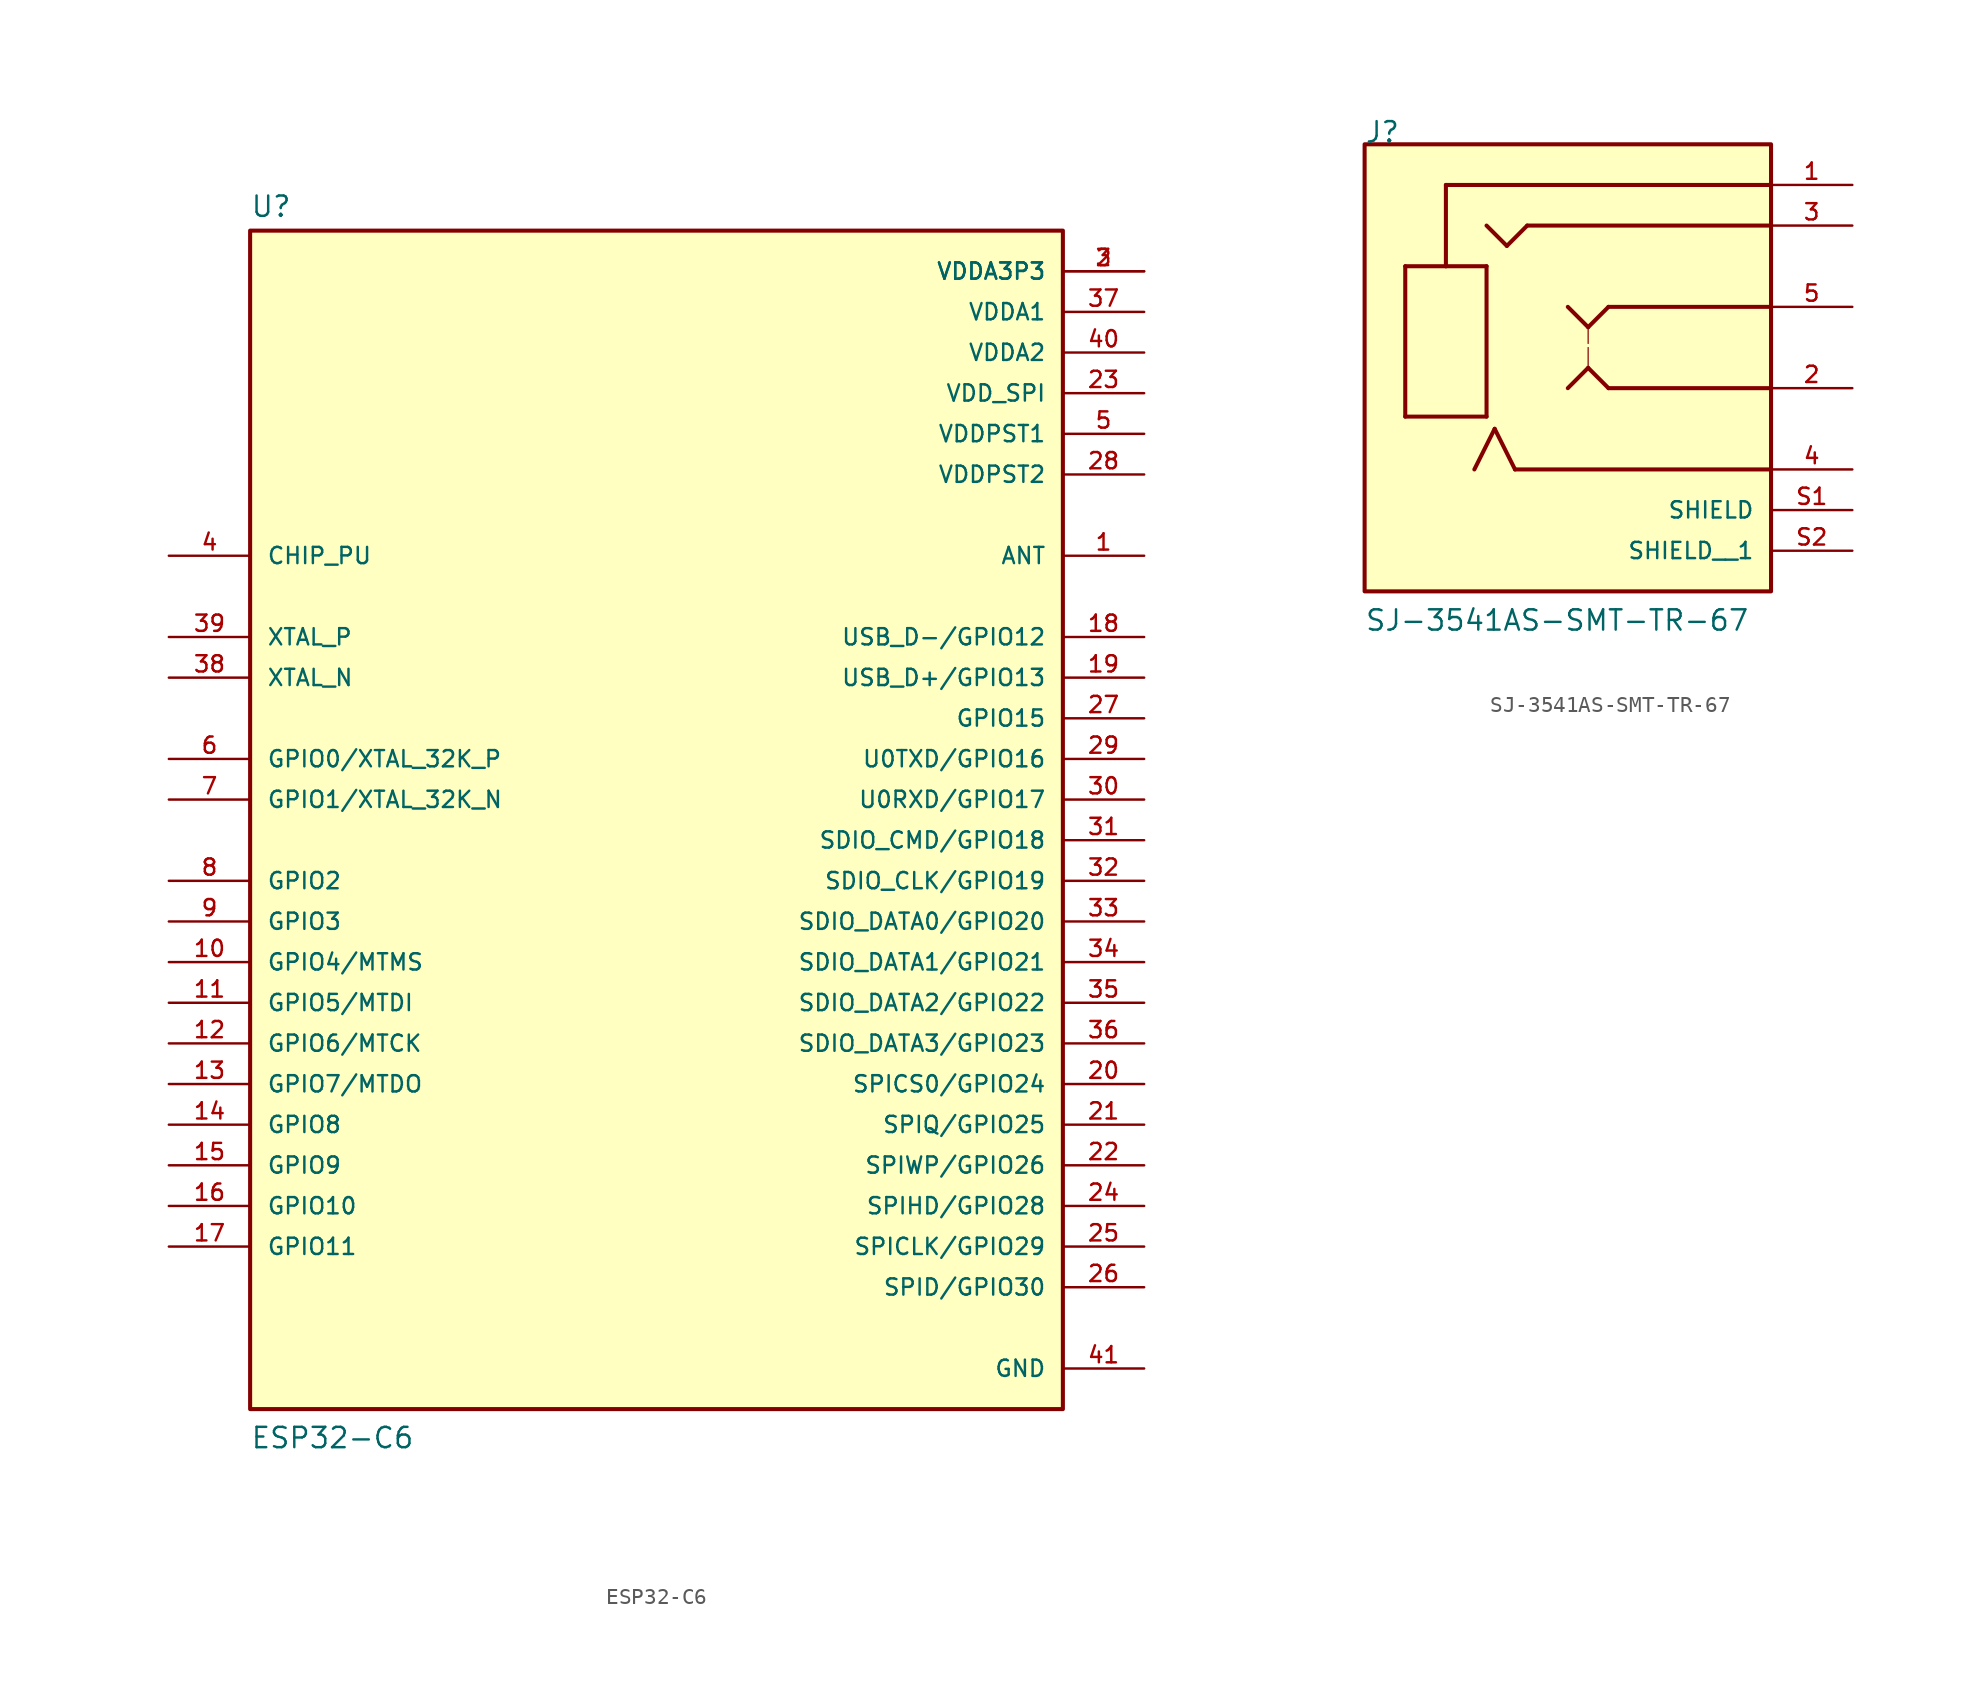
<source format=kicad_sym>
(kicad_symbol_lib
  (version 20231120)
  (generator "kicad_symbol_editor")
  (generator_version "8.0")
  (symbol "ESP32-C6"
    (pin_names
      (offset 1.016))
    (property "Reference" "U"
      (at -25.4 36.322 0)
      (effects (font (size 1.27 1.27)) (justify left bottom)))
    (property "Value" "ESP32-C6"
      (at -25.4 -40.64 0)
      (effects (font (size 1.27 1.27)) (justify left bottom)))
    (symbol "ESP32-C6_0_0"
      (rectangle (start -25.4 -38.1) (end 25.4 35.56) (stroke (width 0.254) (type default)) (fill (type background)))
      (pin bidirectional line (at 30.48 15.24 180) (length 5.08) (name "ANT" (effects (font (size 1.016 1.016)))) (number "1" (effects (font (size 1.016 1.016)))))
      (pin bidirectional line (at -30.48 -10.16 0) (length 5.08) (name "GPIO4/MTMS" (effects (font (size 1.016 1.016)))) (number "10" (effects (font (size 1.016 1.016)))))
      (pin bidirectional line (at -30.48 -12.7 0) (length 5.08) (name "GPIO5/MTDI" (effects (font (size 1.016 1.016)))) (number "11" (effects (font (size 1.016 1.016)))))
      (pin bidirectional line (at -30.48 -15.24 0) (length 5.08) (name "GPIO6/MTCK" (effects (font (size 1.016 1.016)))) (number "12" (effects (font (size 1.016 1.016)))))
      (pin bidirectional line (at -30.48 -17.78 0) (length 5.08) (name "GPIO7/MTDO" (effects (font (size 1.016 1.016)))) (number "13" (effects (font (size 1.016 1.016)))))
      (pin bidirectional line (at -30.48 -20.32 0) (length 5.08) (name "GPIO8" (effects (font (size 1.016 1.016)))) (number "14" (effects (font (size 1.016 1.016)))))
      (pin bidirectional line (at -30.48 -22.86 0) (length 5.08) (name "GPIO9" (effects (font (size 1.016 1.016)))) (number "15" (effects (font (size 1.016 1.016)))))
      (pin bidirectional line (at -30.48 -25.4 0) (length 5.08) (name "GPIO10" (effects (font (size 1.016 1.016)))) (number "16" (effects (font (size 1.016 1.016)))))
      (pin bidirectional line (at -30.48 -27.94 0) (length 5.08) (name "GPIO11" (effects (font (size 1.016 1.016)))) (number "17" (effects (font (size 1.016 1.016)))))
      (pin bidirectional line (at 30.48 10.16 180) (length 5.08) (name "USB_D-/GPIO12" (effects (font (size 1.016 1.016)))) (number "18" (effects (font (size 1.016 1.016)))))
      (pin bidirectional line (at 30.48 7.62 180) (length 5.08) (name "USB_D+/GPIO13" (effects (font (size 1.016 1.016)))) (number "19" (effects (font (size 1.016 1.016)))))
      (pin power_in line (at 30.48 33.02 180) (length 5.08) (name "VDDA3P3" (effects (font (size 1.016 1.016)))) (number "2" (effects (font (size 1.016 1.016)))))
      (pin bidirectional line (at 30.48 -17.78 180) (length 5.08) (name "SPICS0/GPIO24" (effects (font (size 1.016 1.016)))) (number "20" (effects (font (size 1.016 1.016)))))
      (pin bidirectional line (at 30.48 -20.32 180) (length 5.08) (name "SPIQ/GPIO25" (effects (font (size 1.016 1.016)))) (number "21" (effects (font (size 1.016 1.016)))))
      (pin bidirectional line (at 30.48 -22.86 180) (length 5.08) (name "SPIWP/GPIO26" (effects (font (size 1.016 1.016)))) (number "22" (effects (font (size 1.016 1.016)))))
      (pin power_in line (at 30.48 25.4 180) (length 5.08) (name "VDD_SPI" (effects (font (size 1.016 1.016)))) (number "23" (effects (font (size 1.016 1.016)))))
      (pin bidirectional line (at 30.48 -25.4 180) (length 5.08) (name "SPIHD/GPIO28" (effects (font (size 1.016 1.016)))) (number "24" (effects (font (size 1.016 1.016)))))
      (pin bidirectional line (at 30.48 -27.94 180) (length 5.08) (name "SPICLK/GPIO29" (effects (font (size 1.016 1.016)))) (number "25" (effects (font (size 1.016 1.016)))))
      (pin bidirectional line (at 30.48 -30.48 180) (length 5.08) (name "SPID/GPIO30" (effects (font (size 1.016 1.016)))) (number "26" (effects (font (size 1.016 1.016)))))
      (pin bidirectional line (at 30.48 5.08 180) (length 5.08) (name "GPIO15" (effects (font (size 1.016 1.016)))) (number "27" (effects (font (size 1.016 1.016)))))
      (pin power_in line (at 30.48 20.32 180) (length 5.08) (name "VDDPST2" (effects (font (size 1.016 1.016)))) (number "28" (effects (font (size 1.016 1.016)))))
      (pin bidirectional line (at 30.48 2.54 180) (length 5.08) (name "U0TXD/GPIO16" (effects (font (size 1.016 1.016)))) (number "29" (effects (font (size 1.016 1.016)))))
      (pin power_in line (at 30.48 33.02 180) (length 5.08) (name "VDDA3P3" (effects (font (size 1.016 1.016)))) (number "3" (effects (font (size 1.016 1.016)))))
      (pin bidirectional line (at 30.48 0 180) (length 5.08) (name "U0RXD/GPIO17" (effects (font (size 1.016 1.016)))) (number "30" (effects (font (size 1.016 1.016)))))
      (pin bidirectional line (at 30.48 -2.54 180) (length 5.08) (name "SDIO_CMD/GPIO18" (effects (font (size 1.016 1.016)))) (number "31" (effects (font (size 1.016 1.016)))))
      (pin bidirectional line (at 30.48 -5.08 180) (length 5.08) (name "SDIO_CLK/GPIO19" (effects (font (size 1.016 1.016)))) (number "32" (effects (font (size 1.016 1.016)))))
      (pin bidirectional line (at 30.48 -7.62 180) (length 5.08) (name "SDIO_DATA0/GPIO20" (effects (font (size 1.016 1.016)))) (number "33" (effects (font (size 1.016 1.016)))))
      (pin bidirectional line (at 30.48 -10.16 180) (length 5.08) (name "SDIO_DATA1/GPIO21" (effects (font (size 1.016 1.016)))) (number "34" (effects (font (size 1.016 1.016)))))
      (pin bidirectional line (at 30.48 -12.7 180) (length 5.08) (name "SDIO_DATA2/GPIO22" (effects (font (size 1.016 1.016)))) (number "35" (effects (font (size 1.016 1.016)))))
      (pin bidirectional line (at 30.48 -15.24 180) (length 5.08) (name "SDIO_DATA3/GPIO23" (effects (font (size 1.016 1.016)))) (number "36" (effects (font (size 1.016 1.016)))))
      (pin power_in line (at 30.48 30.48 180) (length 5.08) (name "VDDA1" (effects (font (size 1.016 1.016)))) (number "37" (effects (font (size 1.016 1.016)))))
      (pin bidirectional line (at -30.48 7.62 0) (length 5.08) (name "XTAL_N" (effects (font (size 1.016 1.016)))) (number "38" (effects (font (size 1.016 1.016)))))
      (pin bidirectional line (at -30.48 10.16 0) (length 5.08) (name "XTAL_P" (effects (font (size 1.016 1.016)))) (number "39" (effects (font (size 1.016 1.016)))))
      (pin input line (at -30.48 15.24 0) (length 5.08) (name "CHIP_PU" (effects (font (size 1.016 1.016)))) (number "4" (effects (font (size 1.016 1.016)))))
      (pin power_in line (at 30.48 27.94 180) (length 5.08) (name "VDDA2" (effects (font (size 1.016 1.016)))) (number "40" (effects (font (size 1.016 1.016)))))
      (pin power_in line (at 30.48 -35.56 180) (length 5.08) (name "GND" (effects (font (size 1.016 1.016)))) (number "41" (effects (font (size 1.016 1.016)))))
      (pin power_in line (at 30.48 22.86 180) (length 5.08) (name "VDDPST1" (effects (font (size 1.016 1.016)))) (number "5" (effects (font (size 1.016 1.016)))))
      (pin bidirectional line (at -30.48 2.54 0) (length 5.08) (name "GPIO0/XTAL_32K_P" (effects (font (size 1.016 1.016)))) (number "6" (effects (font (size 1.016 1.016)))))
      (pin bidirectional line (at -30.48 0 0) (length 5.08) (name "GPIO1/XTAL_32K_N" (effects (font (size 1.016 1.016)))) (number "7" (effects (font (size 1.016 1.016)))))
      (pin bidirectional line (at -30.48 -5.08 0) (length 5.08) (name "GPIO2" (effects (font (size 1.016 1.016)))) (number "8" (effects (font (size 1.016 1.016)))))
      (pin bidirectional line (at -30.48 -7.62 0) (length 5.08) (name "GPIO3" (effects (font (size 1.016 1.016)))) (number "9" (effects (font (size 1.016 1.016)))))))
  (symbol "SJ-3541AS-SMT-TR-67"
    (pin_names
      (offset 1.016))
    (property "Reference" "J"
      (at -12.716 12.716 0)
      (effects (font (size 1.27 1.27)) (justify left bottom)))
    (property "Value" "SJ-3541AS-SMT-TR-67"
      (at -12.712 -17.794 0)
      (effects (font (size 1.27 1.27)) (justify left bottom)))
    (symbol "SJ-3541AS-SMT-TR-67_0_0"
      (rectangle (start -12.7 -15.24) (end 12.7 12.7) (stroke (width 0.254) (type default)) (fill (type background)))
      (polyline (pts (xy -10.16 -4.318) (xy -5.08 -4.318)) (stroke (width 0.254) (type default)) (fill (type none)))
      (polyline (pts (xy -10.16 5.08) (xy -10.16 -4.318)) (stroke (width 0.254) (type default)) (fill (type none)))
      (polyline (pts (xy -7.62 5.08) (xy -10.16 5.08)) (stroke (width 0.254) (type default)) (fill (type none)))
      (polyline (pts (xy -7.62 5.08) (xy -7.62 10.16)) (stroke (width 0.254) (type default)) (fill (type none)))
      (polyline (pts (xy -7.62 10.16) (xy 12.7 10.16)) (stroke (width 0.254) (type default)) (fill (type none)))
      (polyline (pts (xy -5.842 -7.62) (xy -4.572 -5.08)) (stroke (width 0.254) (type default)) (fill (type none)))
      (polyline (pts (xy -5.08 -4.318) (xy -5.08 5.08)) (stroke (width 0.254) (type default)) (fill (type none)))
      (polyline (pts (xy -5.08 5.08) (xy -7.62 5.08)) (stroke (width 0.254) (type default)) (fill (type none)))
      (polyline (pts (xy -5.08 7.62) (xy -3.81 6.35)) (stroke (width 0.254) (type default)) (fill (type none)))
      (polyline (pts (xy -4.572 -5.08) (xy -3.302 -7.62)) (stroke (width 0.254) (type default)) (fill (type none)))
      (polyline (pts (xy -3.81 6.35) (xy -2.54 7.62)) (stroke (width 0.254) (type default)) (fill (type none)))
      (polyline (pts (xy -3.302 -7.62) (xy 12.7 -7.62)) (stroke (width 0.254) (type default)) (fill (type none)))
      (polyline (pts (xy -2.54 7.62) (xy 12.7 7.62)) (stroke (width 0.254) (type default)) (fill (type none)))
      (polyline (pts (xy 0 -2.54) (xy 1.27 -1.27)) (stroke (width 0.254) (type default)) (fill (type none)))
      (polyline (pts (xy 0 2.54) (xy 1.27 1.27)) (stroke (width 0.254) (type default)) (fill (type none)))
      (polyline (pts (xy 1.27 -1.27) (xy 2.54 -2.54)) (stroke (width 0.254) (type default)) (fill (type none)))
      (polyline (pts (xy 1.27 0) (xy 1.27 -1.27)) (stroke (width 0.076) (type default)) (fill (type none)))
      (polyline (pts (xy 1.27 1.27) (xy 1.27 0.254)) (stroke (width 0.076) (type default)) (fill (type none)))
      (polyline (pts (xy 1.27 1.27) (xy 2.54 2.54)) (stroke (width 0.254) (type default)) (fill (type none)))
      (polyline (pts (xy 2.54 -2.54) (xy 12.7 -2.54)) (stroke (width 0.254) (type default)) (fill (type none)))
      (polyline (pts (xy 2.54 2.54) (xy 12.7 2.54)) (stroke (width 0.254) (type default)) (fill (type none)))
      (pin passive line (at 17.78 10.16 180) (length 5.08) (name "~" (effects (font (size 1.016 1.016)))) (number "1" (effects (font (size 1.016 1.016)))))
      (pin passive line (at 17.78 -2.54 180) (length 5.08) (name "~" (effects (font (size 1.016 1.016)))) (number "2" (effects (font (size 1.016 1.016)))))
      (pin passive line (at 17.78 7.62 180) (length 5.08) (name "~" (effects (font (size 1.016 1.016)))) (number "3" (effects (font (size 1.016 1.016)))))
      (pin passive line (at 17.78 -7.62 180) (length 5.08) (name "~" (effects (font (size 1.016 1.016)))) (number "4" (effects (font (size 1.016 1.016)))))
      (pin passive line (at 17.78 2.54 180) (length 5.08) (name "~" (effects (font (size 1.016 1.016)))) (number "5" (effects (font (size 1.016 1.016)))))
      (pin passive line (at 17.78 -10.16 180) (length 5.08) (name "SHIELD" (effects (font (size 1.016 1.016)))) (number "S1" (effects (font (size 1.016 1.016)))))
      (pin passive line (at 17.78 -12.7 180) (length 5.08) (name "SHIELD__1" (effects (font (size 1.016 1.016)))) (number "S2" (effects (font (size 1.016 1.016))))))))
</source>
